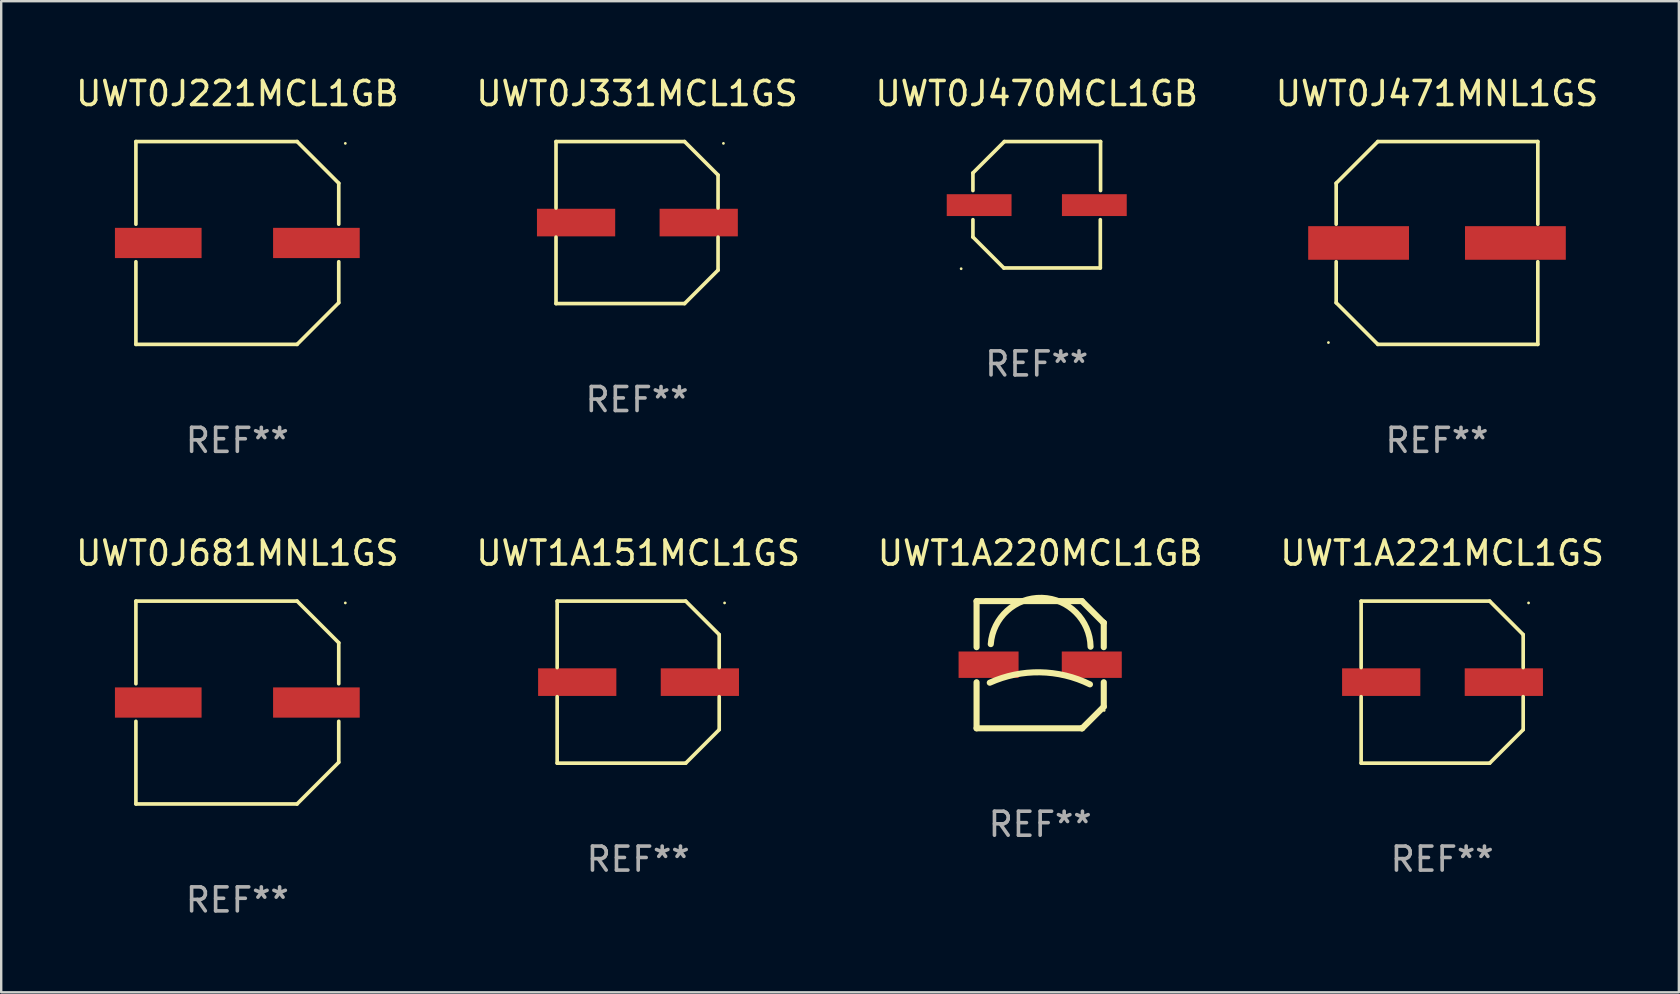
<source format=kicad_pcb>
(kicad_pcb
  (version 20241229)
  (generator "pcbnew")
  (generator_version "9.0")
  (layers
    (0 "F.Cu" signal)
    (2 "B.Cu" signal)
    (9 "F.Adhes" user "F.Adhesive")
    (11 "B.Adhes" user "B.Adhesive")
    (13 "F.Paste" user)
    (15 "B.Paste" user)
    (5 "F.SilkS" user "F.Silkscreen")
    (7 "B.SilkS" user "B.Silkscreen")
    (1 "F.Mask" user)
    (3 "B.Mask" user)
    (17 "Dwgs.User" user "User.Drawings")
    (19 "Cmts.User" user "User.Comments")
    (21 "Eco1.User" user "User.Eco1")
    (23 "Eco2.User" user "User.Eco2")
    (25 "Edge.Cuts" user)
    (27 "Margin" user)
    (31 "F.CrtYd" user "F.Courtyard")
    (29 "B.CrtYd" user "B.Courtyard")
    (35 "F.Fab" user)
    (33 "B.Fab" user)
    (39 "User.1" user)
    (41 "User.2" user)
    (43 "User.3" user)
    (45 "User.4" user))
  (footprint "UWT0J470MCL1GB"
    (layer "F.Cu")
    (at 40.149 5.482)
    (property "Reference" "UWT0J470MCL1GB" (at 0 -4.634 0) (layer "F.SilkS") (effects (font (size 1 1) (thickness 0.15))))
    (attr through_hole)
    (fp_line (start -2.659 -1.326) (end -2.659 -0.592) (stroke (width 0.152) (type solid)) (layer "F.SilkS"))
    (fp_line (start -2.659 1.346) (end -2.659 0.622) (stroke (width 0.152) (type solid)) (layer "F.SilkS"))
    (fp_line (start -1.372 2.634) (end -2.659 1.346) (stroke (width 0.152) (type solid)) (layer "F.SilkS"))
    (fp_line (start -1.349 -2.634) (end -2.659 -1.326) (stroke (width 0.152) (type solid)) (layer "F.SilkS"))
    (fp_line (start 2.649 0.622) (end 2.649 2.634) (stroke (width 0.152) (type solid)) (layer "F.SilkS"))
    (fp_line (start 2.649 2.634) (end -1.372 2.634) (stroke (width 0.152) (type solid)) (layer "F.SilkS"))
    (fp_line (start 2.659 -2.634) (end -1.349 -2.634) (stroke (width 0.152) (type solid)) (layer "F.SilkS"))
    (fp_line (start 2.659 -0.592) (end 2.659 -2.634) (stroke (width 0.152) (type solid)) (layer "F.SilkS"))
    (fp_circle (center -3.15 2.665) (end -3.12 2.665) (stroke (width 0.06) (type solid)) (fill no) (layer "F.SilkS"))
    (fp_text user "REF**" (at 0 6.634 0) (layer "F.Fab") (effects (font (size 1 1) (thickness 0.15))))
    (pad "1" smd rect (at -2.4 0.015) (size 2.7 0.91) (layers "F.Cu" "F.Mask" "F.Paste"))
    (pad "2" smd rect (at 2.4 0.015) (size 2.7 0.91) (layers "F.Cu" "F.Mask" "F.Paste")))
  (footprint "UWT0J331MCL1GS"
    (layer "F.Cu")
    (at 23.494 6.224)
    (property "Reference" "UWT0J331MCL1GS" (at 0 -5.376 0) (layer "F.SilkS") (effects (font (size 1 1) (thickness 0.15))))
    (attr through_hole)
    (fp_line (start -3.376 -3.376) (end 1.98 -3.376) (stroke (width 0.152) (type solid)) (layer "F.SilkS"))
    (fp_line (start -3.376 -0.607) (end -3.376 -3.376) (stroke (width 0.152) (type solid)) (layer "F.SilkS"))
    (fp_line (start -3.376 0.607) (end -3.376 3.376) (stroke (width 0.152) (type solid)) (layer "F.SilkS"))
    (fp_line (start -3.376 3.376) (end 1.98 3.376) (stroke (width 0.152) (type solid)) (layer "F.SilkS"))
    (fp_line (start 1.98 -3.376) (end 3.376 -1.98) (stroke (width 0.152) (type solid)) (layer "F.SilkS"))
    (fp_line (start 1.98 3.376) (end 3.376 1.98) (stroke (width 0.152) (type solid)) (layer "F.SilkS"))
    (fp_line (start 3.376 -1.98) (end 3.376 -0.607) (stroke (width 0.152) (type solid)) (layer "F.SilkS"))
    (fp_line (start 3.376 1.98) (end 3.376 0.607) (stroke (width 0.152) (type solid)) (layer "F.SilkS"))
    (fp_circle (center 3.6 -3.3) (end 3.63 -3.3) (stroke (width 0.06) (type solid)) (fill no) (layer "F.SilkS"))
    (fp_text user "REF**" (at 0 7.376 0) (layer "F.Fab") (effects (font (size 1 1) (thickness 0.15))))
    (pad "1" smd rect (at 2.57 0 180) (size 3.26 1.15) (layers "F.Cu" "F.Mask" "F.Paste"))
    (pad "2" smd rect (at -2.54 0 180) (size 3.26 1.15) (layers "F.Cu" "F.Mask" "F.Paste")))
  (footprint "UWT1A220MCL1GB"
    (layer "F.Cu")
    (at 40.292 24.647)
    (property "Reference" "UWT1A220MCL1GB" (at 0 -4.65 0) (layer "F.SilkS") (effects (font (size 1 1) (thickness 0.15))))
    (attr through_hole)
    (fp_line (start -2.65 -2.65) (end 1.74 -2.65) (stroke (width 0.254) (type solid)) (layer "F.SilkS"))
    (fp_line (start -2.65 -0.731) (end -2.65 -2.65) (stroke (width 0.254) (type solid)) (layer "F.SilkS"))
    (fp_line (start -2.65 2.65) (end -2.65 0.731) (stroke (width 0.254) (type solid)) (layer "F.SilkS"))
    (fp_line (start -2.65 2.65) (end 1.73 2.65) (stroke (width 0.254) (type solid)) (layer "F.SilkS"))
    (fp_line (start 1.73 2.65) (end 1.75 2.65) (stroke (width 0.254) (type solid)) (layer "F.SilkS"))
    (fp_line (start 1.75 2.65) (end 2.65 1.75) (stroke (width 0.254) (type solid)) (layer "F.SilkS"))
    (fp_line (start 2.64 -1.75) (end 1.74 -2.65) (stroke (width 0.254) (type solid)) (layer "F.SilkS"))
    (fp_line (start 2.65 -1.75) (end 2.64 -1.75) (stroke (width 0.254) (type solid)) (layer "F.SilkS"))
    (fp_line (start 2.65 -0.731) (end 2.65 -1.75) (stroke (width 0.254) (type solid)) (layer "F.SilkS"))
    (fp_line (start 2.65 1.75) (end 2.65 0.731) (stroke (width 0.254) (type solid)) (layer "F.SilkS"))
    (fp_arc (start -2.1 0.749886) (mid -0.005214 0.316693) (end 2.074168 0.818644) (stroke (width 0.254001) (type solid)) (layer "F.SilkS"))
    (fp_arc (start -2.058369 -0.857759) (mid 0.072137 -2.78601) (end 2.1 -0.750089) (stroke (width 0.254001) (type solid)) (layer "F.SilkS"))
    (fp_circle (center 2.667 1.905) (end 2.697 1.905) (stroke (width 0.06) (type solid)) (fill no) (layer "F.SilkS"))
    (fp_text user "REF**" (at 0 6.65 0) (layer "F.Fab") (effects (font (size 1 1) (thickness 0.15))))
    (pad "1" smd rect (at 2.15 0) (size 2.5 1.1) (layers "F.Cu" "F.Mask" "F.Paste"))
    (pad "2" smd rect (at -2.15 0) (size 2.5 1.1) (layers "F.Cu" "F.Mask" "F.Paste")))
  (footprint "UWT0J681MNL1GS"
    (layer "F.Cu")
    (at 6.839 26.223)
    (property "Reference" "UWT0J681MNL1GS" (at 0 -6.226 0) (layer "F.SilkS") (effects (font (size 1 1) (thickness 0.15))))
    (attr through_hole)
    (fp_line (start -4.226 -4.226) (end 2.49 -4.226) (stroke (width 0.152) (type solid)) (layer "F.SilkS"))
    (fp_line (start -4.226 -0.782) (end -4.226 -4.226) (stroke (width 0.152) (type solid)) (layer "F.SilkS"))
    (fp_line (start -4.226 0.782) (end -4.226 4.226) (stroke (width 0.152) (type solid)) (layer "F.SilkS"))
    (fp_line (start -4.226 4.226) (end 2.49 4.226) (stroke (width 0.152) (type solid)) (layer "F.SilkS"))
    (fp_line (start 2.49 -4.226) (end 4.226 -2.49) (stroke (width 0.152) (type solid)) (layer "F.SilkS"))
    (fp_line (start 2.49 4.226) (end 4.226 2.49) (stroke (width 0.152) (type solid)) (layer "F.SilkS"))
    (fp_line (start 4.226 -2.49) (end 4.226 -0.782) (stroke (width 0.152) (type solid)) (layer "F.SilkS"))
    (fp_line (start 4.226 2.49) (end 4.226 0.782) (stroke (width 0.152) (type solid)) (layer "F.SilkS"))
    (fp_circle (center 4.5 -4.15) (end 4.53 -4.15) (stroke (width 0.06) (type solid)) (fill no) (layer "F.SilkS"))
    (fp_text user "REF**" (at 0 8.226 0) (layer "F.Fab") (effects (font (size 1 1) (thickness 0.15))))
    (pad "1" smd rect (at 3.295 0 180) (size 3.61 1.26) (layers "F.Cu" "F.Mask" "F.Paste"))
    (pad "2" smd rect (at -3.295 0 180) (size 3.61 1.26) (layers "F.Cu" "F.Mask" "F.Paste")))
  (footprint "UWT1A221MCL1GS"
    (layer "F.Cu")
    (at 57.042 25.373)
    (property "Reference" "UWT1A221MCL1GS" (at 0 -5.376 0) (layer "F.SilkS") (effects (font (size 1 1) (thickness 0.15))))
    (attr through_hole)
    (fp_line (start -3.376 -3.376) (end 1.98 -3.376) (stroke (width 0.152) (type solid)) (layer "F.SilkS"))
    (fp_line (start -3.376 -0.607) (end -3.376 -3.376) (stroke (width 0.152) (type solid)) (layer "F.SilkS"))
    (fp_line (start -3.376 0.607) (end -3.376 3.376) (stroke (width 0.152) (type solid)) (layer "F.SilkS"))
    (fp_line (start -3.376 3.376) (end 1.98 3.376) (stroke (width 0.152) (type solid)) (layer "F.SilkS"))
    (fp_line (start 1.98 -3.376) (end 3.376 -1.98) (stroke (width 0.152) (type solid)) (layer "F.SilkS"))
    (fp_line (start 1.98 3.376) (end 3.376 1.98) (stroke (width 0.152) (type solid)) (layer "F.SilkS"))
    (fp_line (start 3.376 -1.98) (end 3.376 -0.607) (stroke (width 0.152) (type solid)) (layer "F.SilkS"))
    (fp_line (start 3.376 1.98) (end 3.376 0.607) (stroke (width 0.152) (type solid)) (layer "F.SilkS"))
    (fp_circle (center 3.6 -3.3) (end 3.63 -3.3) (stroke (width 0.06) (type solid)) (fill no) (layer "F.SilkS"))
    (fp_text user "REF**" (at 0 7.376 0) (layer "F.Fab") (effects (font (size 1 1) (thickness 0.15))))
    (pad "1" smd rect (at 2.57 0 180) (size 3.26 1.15) (layers "F.Cu" "F.Mask" "F.Paste"))
    (pad "2" smd rect (at -2.54 0 180) (size 3.26 1.15) (layers "F.Cu" "F.Mask" "F.Paste")))
  (footprint "UWT0J221MCL1GB"
    (layer "F.Cu")
    (at 6.839 7.074)
    (property "Reference" "UWT0J221MCL1GB" (at 0 -6.226 0) (layer "F.SilkS") (effects (font (size 1 1) (thickness 0.15))))
    (attr through_hole)
    (fp_line (start -4.226 -4.226) (end 2.49 -4.226) (stroke (width 0.152) (type solid)) (layer "F.SilkS"))
    (fp_line (start -4.226 -0.782) (end -4.226 -4.226) (stroke (width 0.152) (type solid)) (layer "F.SilkS"))
    (fp_line (start -4.226 0.782) (end -4.226 4.226) (stroke (width 0.152) (type solid)) (layer "F.SilkS"))
    (fp_line (start -4.226 4.226) (end 2.49 4.226) (stroke (width 0.152) (type solid)) (layer "F.SilkS"))
    (fp_line (start 2.49 -4.226) (end 4.226 -2.49) (stroke (width 0.152) (type solid)) (layer "F.SilkS"))
    (fp_line (start 2.49 4.226) (end 4.226 2.49) (stroke (width 0.152) (type solid)) (layer "F.SilkS"))
    (fp_line (start 4.226 -2.49) (end 4.226 -0.782) (stroke (width 0.152) (type solid)) (layer "F.SilkS"))
    (fp_line (start 4.226 2.49) (end 4.226 0.782) (stroke (width 0.152) (type solid)) (layer "F.SilkS"))
    (fp_circle (center 4.5 -4.15) (end 4.53 -4.15) (stroke (width 0.06) (type solid)) (fill no) (layer "F.SilkS"))
    (fp_text user "REF**" (at 0 8.226 0) (layer "F.Fab") (effects (font (size 1 1) (thickness 0.15))))
    (pad "1" smd rect (at 3.295 0 180) (size 3.61 1.26) (layers "F.Cu" "F.Mask" "F.Paste"))
    (pad "2" smd rect (at -3.295 0 180) (size 3.61 1.26) (layers "F.Cu" "F.Mask" "F.Paste")))
  (footprint "UWT0J471MNL1GS"
    (layer "F.Cu")
    (at 56.827 7.074)
    (property "Reference" "UWT0J471MNL1GS" (at 0 -6.226 0) (layer "F.SilkS") (effects (font (size 1 1) (thickness 0.15))))
    (attr through_hole)
    (fp_line (start -4.201 -2.49) (end -4.201 -0.782) (stroke (width 0.152) (type solid)) (layer "F.SilkS"))
    (fp_line (start -4.201 2.49) (end -4.201 0.782) (stroke (width 0.152) (type solid)) (layer "F.SilkS"))
    (fp_line (start -2.465 -4.226) (end -4.201 -2.49) (stroke (width 0.152) (type solid)) (layer "F.SilkS"))
    (fp_line (start -2.465 4.226) (end -4.201 2.49) (stroke (width 0.152) (type solid)) (layer "F.SilkS"))
    (fp_line (start 4.201 -4.226) (end -2.465 -4.226) (stroke (width 0.152) (type solid)) (layer "F.SilkS"))
    (fp_line (start 4.201 -0.782) (end 4.201 -4.226) (stroke (width 0.152) (type solid)) (layer "F.SilkS"))
    (fp_line (start 4.201 0.782) (end 4.201 4.226) (stroke (width 0.152) (type solid)) (layer "F.SilkS"))
    (fp_line (start 4.201 4.226) (end -2.465 4.226) (stroke (width 0.152) (type solid)) (layer "F.SilkS"))
    (fp_circle (center -4.524 4.15) (end -4.494 4.15) (stroke (width 0.06) (type solid)) (fill no) (layer "F.SilkS"))
    (fp_text user "REF**" (at 0 8.226 0) (layer "F.Fab") (effects (font (size 1 1) (thickness 0.15))))
    (pad "1" smd rect (at -3.267 0) (size 4.2 1.4) (layers "F.Cu" "F.Mask" "F.Paste"))
    (pad "2" smd rect (at 3.267 0) (size 4.2 1.4) (layers "F.Cu" "F.Mask" "F.Paste")))
  (footprint "UWT1A151MCL1GS"
    (layer "F.Cu")
    (at 23.542 25.373)
    (property "Reference" "UWT1A151MCL1GS" (at 0 -5.376 0) (layer "F.SilkS") (effects (font (size 1 1) (thickness 0.15))))
    (attr through_hole)
    (fp_line (start -3.376 -3.376) (end 1.98 -3.376) (stroke (width 0.152) (type solid)) (layer "F.SilkS"))
    (fp_line (start -3.376 -0.607) (end -3.376 -3.376) (stroke (width 0.152) (type solid)) (layer "F.SilkS"))
    (fp_line (start -3.376 0.607) (end -3.376 3.376) (stroke (width 0.152) (type solid)) (layer "F.SilkS"))
    (fp_line (start -3.376 3.376) (end 1.98 3.376) (stroke (width 0.152) (type solid)) (layer "F.SilkS"))
    (fp_line (start 1.98 -3.376) (end 3.376 -1.98) (stroke (width 0.152) (type solid)) (layer "F.SilkS"))
    (fp_line (start 1.98 3.376) (end 3.376 1.98) (stroke (width 0.152) (type solid)) (layer "F.SilkS"))
    (fp_line (start 3.376 -1.98) (end 3.376 -0.607) (stroke (width 0.152) (type solid)) (layer "F.SilkS"))
    (fp_line (start 3.376 1.98) (end 3.376 0.607) (stroke (width 0.152) (type solid)) (layer "F.SilkS"))
    (fp_circle (center 3.6 -3.3) (end 3.63 -3.3) (stroke (width 0.06) (type solid)) (fill no) (layer "F.SilkS"))
    (fp_text user "REF**" (at 0 7.376 0) (layer "F.Fab") (effects (font (size 1 1) (thickness 0.15))))
    (pad "1" smd rect (at 2.57 0 180) (size 3.26 1.15) (layers "F.Cu" "F.Mask" "F.Paste"))
    (pad "2" smd rect (at -2.54 0 180) (size 3.26 1.15) (layers "F.Cu" "F.Mask" "F.Paste")))
  (gr_rect
    (start -3 -3)
    (end 66.905 38.298)
    (stroke (width 0.1) (type default))
    (fill no)
    (layer "Edge.Cuts")))
</source>
